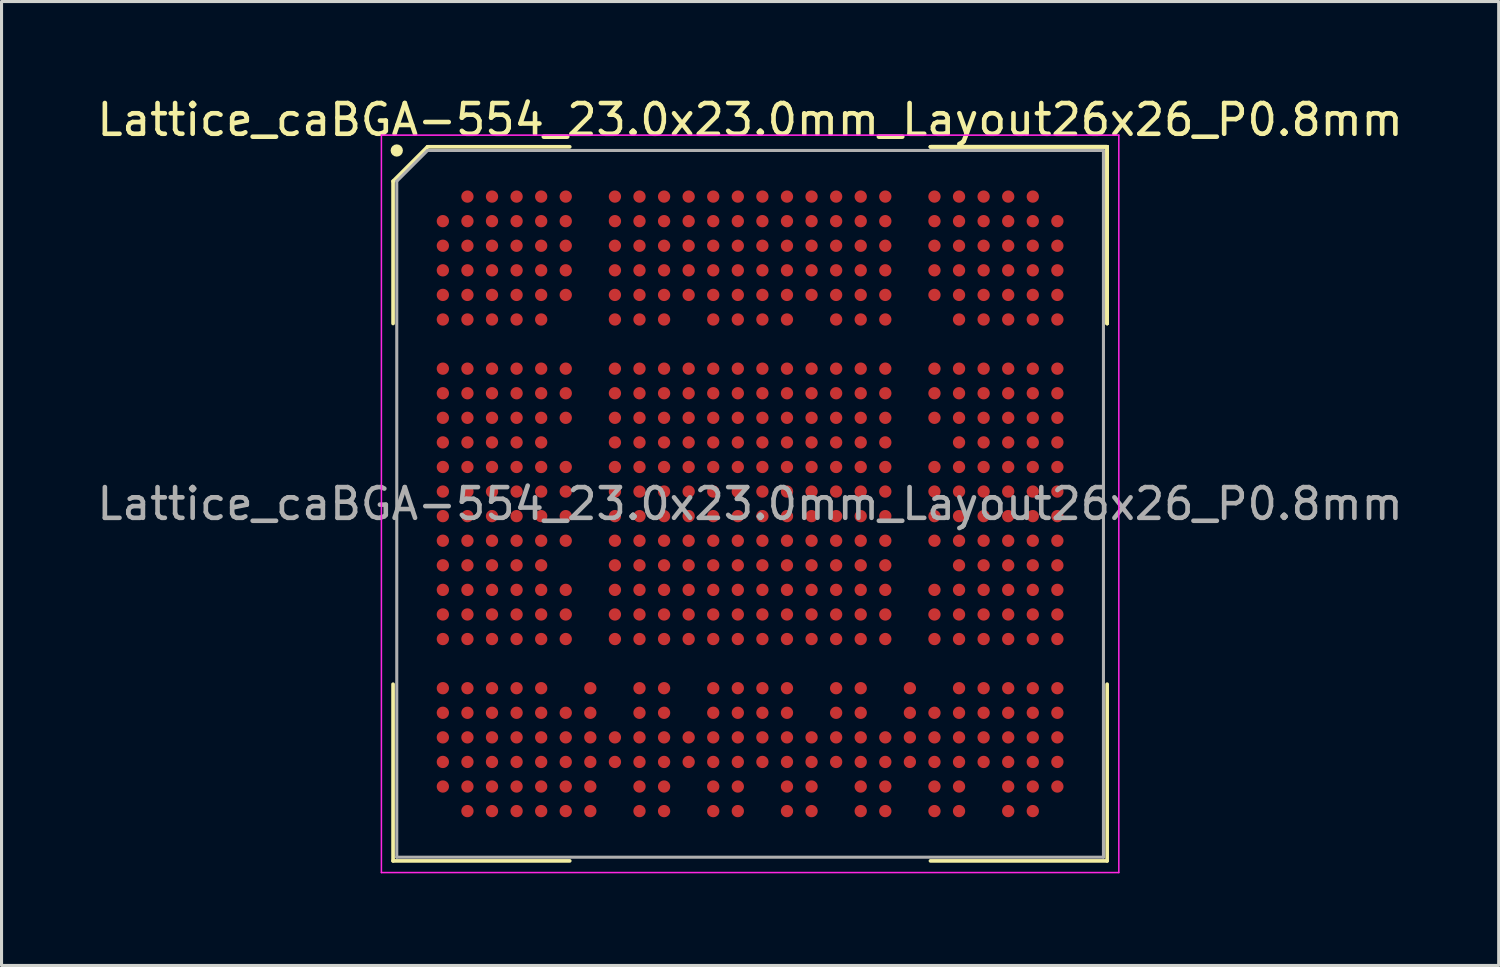
<source format=kicad_pcb>
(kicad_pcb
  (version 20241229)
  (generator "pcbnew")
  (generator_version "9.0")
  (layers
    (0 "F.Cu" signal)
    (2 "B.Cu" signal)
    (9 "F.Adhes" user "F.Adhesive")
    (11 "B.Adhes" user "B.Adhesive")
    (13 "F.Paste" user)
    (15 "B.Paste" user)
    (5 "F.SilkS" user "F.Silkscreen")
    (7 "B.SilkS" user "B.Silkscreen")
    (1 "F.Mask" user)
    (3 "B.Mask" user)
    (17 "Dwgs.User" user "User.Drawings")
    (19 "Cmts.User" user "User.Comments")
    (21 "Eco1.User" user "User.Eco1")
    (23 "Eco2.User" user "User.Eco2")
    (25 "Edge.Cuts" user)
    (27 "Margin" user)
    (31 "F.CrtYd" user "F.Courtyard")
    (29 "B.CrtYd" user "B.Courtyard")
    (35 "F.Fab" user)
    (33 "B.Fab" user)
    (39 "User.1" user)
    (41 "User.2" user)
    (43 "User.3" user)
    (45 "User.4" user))
  (footprint "Lattice_caBGA-554_23.0x23.0mm_Layout26x26_P0.8mm"
    (layer "F.Cu")
    (at 21.363 13.348)
    (property "Reference" "Lattice_caBGA-554_23.0x23.0mm_Layout26x26_P0.8mm" (at 0 -12.5 0) (layer "F.SilkS") (effects (font (size 1 1) (thickness 0.15))))
    (attr smd)
    (fp_line (start -11.62 -10.5) (end -11.62 -5.87) (stroke (width 0.12) (type default)) (layer "F.SilkS"))
    (fp_line (start -11.62 11.62) (end -11.62 5.87) (stroke (width 0.12) (type default)) (layer "F.SilkS"))
    (fp_line (start -10.5 -11.62) (end -11.62 -10.5) (stroke (width 0.12) (type default)) (layer "F.SilkS"))
    (fp_line (start -5.87 -11.62) (end -10.5 -11.62) (stroke (width 0.12) (type default)) (layer "F.SilkS"))
    (fp_line (start -5.87 11.62) (end -11.62 11.62) (stroke (width 0.12) (type default)) (layer "F.SilkS"))
    (fp_line (start 5.87 -11.62) (end 11.62 -11.62) (stroke (width 0.12) (type default)) (layer "F.SilkS"))
    (fp_line (start 5.87 -11.62) (end 11.62 -11.62) (stroke (width 0.12) (type default)) (layer "F.SilkS"))
    (fp_line (start 5.87 -11.62) (end 11.62 -11.62) (stroke (width 0.12) (type default)) (layer "F.SilkS"))
    (fp_line (start 5.87 11.62) (end 11.62 11.62) (stroke (width 0.12) (type default)) (layer "F.SilkS"))
    (fp_line (start 11.62 -11.62) (end 11.62 -5.87) (stroke (width 0.12) (type default)) (layer "F.SilkS"))
    (fp_line (start 11.62 -11.62) (end 11.62 -5.87) (stroke (width 0.12) (type default)) (layer "F.SilkS"))
    (fp_line (start 11.62 -11.62) (end 11.62 -5.87) (stroke (width 0.12) (type default)) (layer "F.SilkS"))
    (fp_line (start 11.62 11.62) (end 11.62 5.87) (stroke (width 0.12) (type default)) (layer "F.SilkS"))
    (fp_circle (center -11.5 -11.5) (end -11.5 -11.4) (stroke (width 0.2) (type default)) (fill no) (layer "F.SilkS"))
    (fp_line (start -12 -12) (end 12 -12) (stroke (width 0.05) (type default)) (layer "F.CrtYd"))
    (fp_line (start -12 12) (end -12 -12) (stroke (width 0.05) (type default)) (layer "F.CrtYd"))
    (fp_line (start 12 -12) (end 12 12) (stroke (width 0.05) (type default)) (layer "F.CrtYd"))
    (fp_line (start 12 12) (end -12 12) (stroke (width 0.05) (type default)) (layer "F.CrtYd"))
    (fp_line (start -11.5 -10.5) (end -11.5 11.5) (stroke (width 0.1) (type default)) (layer "F.Fab"))
    (fp_line (start -11.5 11.5) (end 11.5 11.5) (stroke (width 0.1) (type default)) (layer "F.Fab"))
    (fp_line (start -10.5 -11.5) (end -11.5 -10.5) (stroke (width 0.1) (type default)) (layer "F.Fab"))
    (fp_line (start 11.5 -11.5) (end -10.5 -11.5) (stroke (width 0.1) (type default)) (layer "F.Fab"))
    (fp_line (start 11.5 11.5) (end 11.5 -11.5) (stroke (width 0.1) (type default)) (layer "F.Fab"))
    (fp_text user "${REFERENCE}" (at 0 0 0) (layer "F.Fab") (effects (font (size 1 1) (thickness 0.15))))
    (pad "A2" smd circle (at -9.2 -10) (size 0.4 0.4) (layers "F.Cu" "F.Mask" "F.Paste"))
    (pad "A3" smd circle (at -8.4 -10) (size 0.4 0.4) (layers "F.Cu" "F.Mask" "F.Paste"))
    (pad "A4" smd circle (at -7.6 -10) (size 0.4 0.4) (layers "F.Cu" "F.Mask" "F.Paste"))
    (pad "A5" smd circle (at -6.8 -10) (size 0.4 0.4) (layers "F.Cu" "F.Mask" "F.Paste"))
    (pad "A6" smd circle (at -6 -10) (size 0.4 0.4) (layers "F.Cu" "F.Mask" "F.Paste"))
    (pad "A8" smd circle (at -4.4 -10) (size 0.4 0.4) (layers "F.Cu" "F.Mask" "F.Paste"))
    (pad "A9" smd circle (at -3.6 -10) (size 0.4 0.4) (layers "F.Cu" "F.Mask" "F.Paste"))
    (pad "A10" smd circle (at -2.8 -10) (size 0.4 0.4) (layers "F.Cu" "F.Mask" "F.Paste"))
    (pad "A11" smd circle (at -2 -10) (size 0.4 0.4) (layers "F.Cu" "F.Mask" "F.Paste"))
    (pad "A12" smd circle (at -1.2 -10) (size 0.4 0.4) (layers "F.Cu" "F.Mask" "F.Paste"))
    (pad "A13" smd circle (at -0.4 -10) (size 0.4 0.4) (layers "F.Cu" "F.Mask" "F.Paste"))
    (pad "A14" smd circle (at 0.4 -10) (size 0.4 0.4) (layers "F.Cu" "F.Mask" "F.Paste"))
    (pad "A15" smd circle (at 1.2 -10) (size 0.4 0.4) (layers "F.Cu" "F.Mask" "F.Paste"))
    (pad "A16" smd circle (at 2 -10) (size 0.4 0.4) (layers "F.Cu" "F.Mask" "F.Paste"))
    (pad "A17" smd circle (at 2.8 -10) (size 0.4 0.4) (layers "F.Cu" "F.Mask" "F.Paste"))
    (pad "A18" smd circle (at 3.6 -10) (size 0.4 0.4) (layers "F.Cu" "F.Mask" "F.Paste"))
    (pad "A19" smd circle (at 4.4 -10) (size 0.4 0.4) (layers "F.Cu" "F.Mask" "F.Paste"))
    (pad "A21" smd circle (at 6 -10) (size 0.4 0.4) (layers "F.Cu" "F.Mask" "F.Paste"))
    (pad "A22" smd circle (at 6.8 -10) (size 0.4 0.4) (layers "F.Cu" "F.Mask" "F.Paste"))
    (pad "A23" smd circle (at 7.6 -10) (size 0.4 0.4) (layers "F.Cu" "F.Mask" "F.Paste"))
    (pad "A24" smd circle (at 8.4 -10) (size 0.4 0.4) (layers "F.Cu" "F.Mask" "F.Paste"))
    (pad "A25" smd circle (at 9.2 -10) (size 0.4 0.4) (layers "F.Cu" "F.Mask" "F.Paste"))
    (pad "AA1" smd circle (at -10 6) (size 0.4 0.4) (layers "F.Cu" "F.Mask" "F.Paste"))
    (pad "AA2" smd circle (at -9.2 6) (size 0.4 0.4) (layers "F.Cu" "F.Mask" "F.Paste"))
    (pad "AA3" smd circle (at -8.4 6) (size 0.4 0.4) (layers "F.Cu" "F.Mask" "F.Paste"))
    (pad "AA4" smd circle (at -7.6 6) (size 0.4 0.4) (layers "F.Cu" "F.Mask" "F.Paste"))
    (pad "AA5" smd circle (at -6.8 6) (size 0.4 0.4) (layers "F.Cu" "F.Mask" "F.Paste"))
    (pad "AA7" smd circle (at -5.2 6) (size 0.4 0.4) (layers "F.Cu" "F.Mask" "F.Paste"))
    (pad "AA9" smd circle (at -3.6 6) (size 0.4 0.4) (layers "F.Cu" "F.Mask" "F.Paste"))
    (pad "AA10" smd circle (at -2.8 6) (size 0.4 0.4) (layers "F.Cu" "F.Mask" "F.Paste"))
    (pad "AA12" smd circle (at -1.2 6) (size 0.4 0.4) (layers "F.Cu" "F.Mask" "F.Paste"))
    (pad "AA13" smd circle (at -0.4 6) (size 0.4 0.4) (layers "F.Cu" "F.Mask" "F.Paste"))
    (pad "AA14" smd circle (at 0.4 6) (size 0.4 0.4) (layers "F.Cu" "F.Mask" "F.Paste"))
    (pad "AA15" smd circle (at 1.2 6) (size 0.4 0.4) (layers "F.Cu" "F.Mask" "F.Paste"))
    (pad "AA17" smd circle (at 2.8 6) (size 0.4 0.4) (layers "F.Cu" "F.Mask" "F.Paste"))
    (pad "AA18" smd circle (at 3.6 6) (size 0.4 0.4) (layers "F.Cu" "F.Mask" "F.Paste"))
    (pad "AA20" smd circle (at 5.2 6) (size 0.4 0.4) (layers "F.Cu" "F.Mask" "F.Paste"))
    (pad "AA22" smd circle (at 6.8 6) (size 0.4 0.4) (layers "F.Cu" "F.Mask" "F.Paste"))
    (pad "AA23" smd circle (at 7.6 6) (size 0.4 0.4) (layers "F.Cu" "F.Mask" "F.Paste"))
    (pad "AA24" smd circle (at 8.4 6) (size 0.4 0.4) (layers "F.Cu" "F.Mask" "F.Paste"))
    (pad "AA25" smd circle (at 9.2 6) (size 0.4 0.4) (layers "F.Cu" "F.Mask" "F.Paste"))
    (pad "AA26" smd circle (at 10 6) (size 0.4 0.4) (layers "F.Cu" "F.Mask" "F.Paste"))
    (pad "AB1" smd circle (at -10 6.8) (size 0.4 0.4) (layers "F.Cu" "F.Mask" "F.Paste"))
    (pad "AB2" smd circle (at -9.2 6.8) (size 0.4 0.4) (layers "F.Cu" "F.Mask" "F.Paste"))
    (pad "AB3" smd circle (at -8.4 6.8) (size 0.4 0.4) (layers "F.Cu" "F.Mask" "F.Paste"))
    (pad "AB4" smd circle (at -7.6 6.8) (size 0.4 0.4) (layers "F.Cu" "F.Mask" "F.Paste"))
    (pad "AB5" smd circle (at -6.8 6.8) (size 0.4 0.4) (layers "F.Cu" "F.Mask" "F.Paste"))
    (pad "AB6" smd circle (at -6 6.8) (size 0.4 0.4) (layers "F.Cu" "F.Mask" "F.Paste"))
    (pad "AB7" smd circle (at -5.2 6.8) (size 0.4 0.4) (layers "F.Cu" "F.Mask" "F.Paste"))
    (pad "AB9" smd circle (at -3.6 6.8) (size 0.4 0.4) (layers "F.Cu" "F.Mask" "F.Paste"))
    (pad "AB10" smd circle (at -2.8 6.8) (size 0.4 0.4) (layers "F.Cu" "F.Mask" "F.Paste"))
    (pad "AB12" smd circle (at -1.2 6.8) (size 0.4 0.4) (layers "F.Cu" "F.Mask" "F.Paste"))
    (pad "AB13" smd circle (at -0.4 6.8) (size 0.4 0.4) (layers "F.Cu" "F.Mask" "F.Paste"))
    (pad "AB14" smd circle (at 0.4 6.8) (size 0.4 0.4) (layers "F.Cu" "F.Mask" "F.Paste"))
    (pad "AB15" smd circle (at 1.2 6.8) (size 0.4 0.4) (layers "F.Cu" "F.Mask" "F.Paste"))
    (pad "AB17" smd circle (at 2.8 6.8) (size 0.4 0.4) (layers "F.Cu" "F.Mask" "F.Paste"))
    (pad "AB18" smd circle (at 3.6 6.8) (size 0.4 0.4) (layers "F.Cu" "F.Mask" "F.Paste"))
    (pad "AB20" smd circle (at 5.2 6.8) (size 0.4 0.4) (layers "F.Cu" "F.Mask" "F.Paste"))
    (pad "AB21" smd circle (at 6 6.8) (size 0.4 0.4) (layers "F.Cu" "F.Mask" "F.Paste"))
    (pad "AB22" smd circle (at 6.8 6.8) (size 0.4 0.4) (layers "F.Cu" "F.Mask" "F.Paste"))
    (pad "AB23" smd circle (at 7.6 6.8) (size 0.4 0.4) (layers "F.Cu" "F.Mask" "F.Paste"))
    (pad "AB24" smd circle (at 8.4 6.8) (size 0.4 0.4) (layers "F.Cu" "F.Mask" "F.Paste"))
    (pad "AB25" smd circle (at 9.2 6.8) (size 0.4 0.4) (layers "F.Cu" "F.Mask" "F.Paste"))
    (pad "AB26" smd circle (at 10 6.8) (size 0.4 0.4) (layers "F.Cu" "F.Mask" "F.Paste"))
    (pad "AC1" smd circle (at -10 7.6) (size 0.4 0.4) (layers "F.Cu" "F.Mask" "F.Paste"))
    (pad "AC2" smd circle (at -9.2 7.6) (size 0.4 0.4) (layers "F.Cu" "F.Mask" "F.Paste"))
    (pad "AC3" smd circle (at -8.4 7.6) (size 0.4 0.4) (layers "F.Cu" "F.Mask" "F.Paste"))
    (pad "AC4" smd circle (at -7.6 7.6) (size 0.4 0.4) (layers "F.Cu" "F.Mask" "F.Paste"))
    (pad "AC5" smd circle (at -6.8 7.6) (size 0.4 0.4) (layers "F.Cu" "F.Mask" "F.Paste"))
    (pad "AC6" smd circle (at -6 7.6) (size 0.4 0.4) (layers "F.Cu" "F.Mask" "F.Paste"))
    (pad "AC7" smd circle (at -5.2 7.6) (size 0.4 0.4) (layers "F.Cu" "F.Mask" "F.Paste"))
    (pad "AC8" smd circle (at -4.4 7.6) (size 0.4 0.4) (layers "F.Cu" "F.Mask" "F.Paste"))
    (pad "AC9" smd circle (at -3.6 7.6) (size 0.4 0.4) (layers "F.Cu" "F.Mask" "F.Paste"))
    (pad "AC10" smd circle (at -2.8 7.6) (size 0.4 0.4) (layers "F.Cu" "F.Mask" "F.Paste"))
    (pad "AC11" smd circle (at -2 7.6) (size 0.4 0.4) (layers "F.Cu" "F.Mask" "F.Paste"))
    (pad "AC12" smd circle (at -1.2 7.6) (size 0.4 0.4) (layers "F.Cu" "F.Mask" "F.Paste"))
    (pad "AC13" smd circle (at -0.4 7.6) (size 0.4 0.4) (layers "F.Cu" "F.Mask" "F.Paste"))
    (pad "AC14" smd circle (at 0.4 7.6) (size 0.4 0.4) (layers "F.Cu" "F.Mask" "F.Paste"))
    (pad "AC15" smd circle (at 1.2 7.6) (size 0.4 0.4) (layers "F.Cu" "F.Mask" "F.Paste"))
    (pad "AC16" smd circle (at 2 7.6) (size 0.4 0.4) (layers "F.Cu" "F.Mask" "F.Paste"))
    (pad "AC17" smd circle (at 2.8 7.6) (size 0.4 0.4) (layers "F.Cu" "F.Mask" "F.Paste"))
    (pad "AC18" smd circle (at 3.6 7.6) (size 0.4 0.4) (layers "F.Cu" "F.Mask" "F.Paste"))
    (pad "AC19" smd circle (at 4.4 7.6) (size 0.4 0.4) (layers "F.Cu" "F.Mask" "F.Paste"))
    (pad "AC20" smd circle (at 5.2 7.6) (size 0.4 0.4) (layers "F.Cu" "F.Mask" "F.Paste"))
    (pad "AC21" smd circle (at 6 7.6) (size 0.4 0.4) (layers "F.Cu" "F.Mask" "F.Paste"))
    (pad "AC22" smd circle (at 6.8 7.6) (size 0.4 0.4) (layers "F.Cu" "F.Mask" "F.Paste"))
    (pad "AC23" smd circle (at 7.6 7.6) (size 0.4 0.4) (layers "F.Cu" "F.Mask" "F.Paste"))
    (pad "AC24" smd circle (at 8.4 7.6) (size 0.4 0.4) (layers "F.Cu" "F.Mask" "F.Paste"))
    (pad "AC25" smd circle (at 9.2 7.6) (size 0.4 0.4) (layers "F.Cu" "F.Mask" "F.Paste"))
    (pad "AC26" smd circle (at 10 7.6) (size 0.4 0.4) (layers "F.Cu" "F.Mask" "F.Paste"))
    (pad "AD1" smd circle (at -10 8.4) (size 0.4 0.4) (layers "F.Cu" "F.Mask" "F.Paste"))
    (pad "AD2" smd circle (at -9.2 8.4) (size 0.4 0.4) (layers "F.Cu" "F.Mask" "F.Paste"))
    (pad "AD3" smd circle (at -8.4 8.4) (size 0.4 0.4) (layers "F.Cu" "F.Mask" "F.Paste"))
    (pad "AD4" smd circle (at -7.6 8.4) (size 0.4 0.4) (layers "F.Cu" "F.Mask" "F.Paste"))
    (pad "AD5" smd circle (at -6.8 8.4) (size 0.4 0.4) (layers "F.Cu" "F.Mask" "F.Paste"))
    (pad "AD6" smd circle (at -6 8.4) (size 0.4 0.4) (layers "F.Cu" "F.Mask" "F.Paste"))
    (pad "AD7" smd circle (at -5.2 8.4) (size 0.4 0.4) (layers "F.Cu" "F.Mask" "F.Paste"))
    (pad "AD8" smd circle (at -4.4 8.4) (size 0.4 0.4) (layers "F.Cu" "F.Mask" "F.Paste"))
    (pad "AD9" smd circle (at -3.6 8.4) (size 0.4 0.4) (layers "F.Cu" "F.Mask" "F.Paste"))
    (pad "AD10" smd circle (at -2.8 8.4) (size 0.4 0.4) (layers "F.Cu" "F.Mask" "F.Paste"))
    (pad "AD11" smd circle (at -2 8.4) (size 0.4 0.4) (layers "F.Cu" "F.Mask" "F.Paste"))
    (pad "AD12" smd circle (at -1.2 8.4) (size 0.4 0.4) (layers "F.Cu" "F.Mask" "F.Paste"))
    (pad "AD13" smd circle (at -0.4 8.4) (size 0.4 0.4) (layers "F.Cu" "F.Mask" "F.Paste"))
    (pad "AD14" smd circle (at 0.4 8.4) (size 0.4 0.4) (layers "F.Cu" "F.Mask" "F.Paste"))
    (pad "AD15" smd circle (at 1.2 8.4) (size 0.4 0.4) (layers "F.Cu" "F.Mask" "F.Paste"))
    (pad "AD16" smd circle (at 2 8.4) (size 0.4 0.4) (layers "F.Cu" "F.Mask" "F.Paste"))
    (pad "AD17" smd circle (at 2.8 8.4) (size 0.4 0.4) (layers "F.Cu" "F.Mask" "F.Paste"))
    (pad "AD18" smd circle (at 3.6 8.4) (size 0.4 0.4) (layers "F.Cu" "F.Mask" "F.Paste"))
    (pad "AD19" smd circle (at 4.4 8.4) (size 0.4 0.4) (layers "F.Cu" "F.Mask" "F.Paste"))
    (pad "AD20" smd circle (at 5.2 8.4) (size 0.4 0.4) (layers "F.Cu" "F.Mask" "F.Paste"))
    (pad "AD21" smd circle (at 6 8.4) (size 0.4 0.4) (layers "F.Cu" "F.Mask" "F.Paste"))
    (pad "AD22" smd circle (at 6.8 8.4) (size 0.4 0.4) (layers "F.Cu" "F.Mask" "F.Paste"))
    (pad "AD23" smd circle (at 7.6 8.4) (size 0.4 0.4) (layers "F.Cu" "F.Mask" "F.Paste"))
    (pad "AD24" smd circle (at 8.4 8.4) (size 0.4 0.4) (layers "F.Cu" "F.Mask" "F.Paste"))
    (pad "AD25" smd circle (at 9.2 8.4) (size 0.4 0.4) (layers "F.Cu" "F.Mask" "F.Paste"))
    (pad "AD26" smd circle (at 10 8.4) (size 0.4 0.4) (layers "F.Cu" "F.Mask" "F.Paste"))
    (pad "AE1" smd circle (at -10 9.2) (size 0.4 0.4) (layers "F.Cu" "F.Mask" "F.Paste"))
    (pad "AE2" smd circle (at -9.2 9.2) (size 0.4 0.4) (layers "F.Cu" "F.Mask" "F.Paste"))
    (pad "AE3" smd circle (at -8.4 9.2) (size 0.4 0.4) (layers "F.Cu" "F.Mask" "F.Paste"))
    (pad "AE4" smd circle (at -7.6 9.2) (size 0.4 0.4) (layers "F.Cu" "F.Mask" "F.Paste"))
    (pad "AE5" smd circle (at -6.8 9.2) (size 0.4 0.4) (layers "F.Cu" "F.Mask" "F.Paste"))
    (pad "AE6" smd circle (at -6 9.2) (size 0.4 0.4) (layers "F.Cu" "F.Mask" "F.Paste"))
    (pad "AE7" smd circle (at -5.2 9.2) (size 0.4 0.4) (layers "F.Cu" "F.Mask" "F.Paste"))
    (pad "AE9" smd circle (at -3.6 9.2) (size 0.4 0.4) (layers "F.Cu" "F.Mask" "F.Paste"))
    (pad "AE10" smd circle (at -2.8 9.2) (size 0.4 0.4) (layers "F.Cu" "F.Mask" "F.Paste"))
    (pad "AE12" smd circle (at -1.2 9.2) (size 0.4 0.4) (layers "F.Cu" "F.Mask" "F.Paste"))
    (pad "AE13" smd circle (at -0.4 9.2) (size 0.4 0.4) (layers "F.Cu" "F.Mask" "F.Paste"))
    (pad "AE15" smd circle (at 1.2 9.2) (size 0.4 0.4) (layers "F.Cu" "F.Mask" "F.Paste"))
    (pad "AE16" smd circle (at 2 9.2) (size 0.4 0.4) (layers "F.Cu" "F.Mask" "F.Paste"))
    (pad "AE18" smd circle (at 3.6 9.2) (size 0.4 0.4) (layers "F.Cu" "F.Mask" "F.Paste"))
    (pad "AE19" smd circle (at 4.4 9.2) (size 0.4 0.4) (layers "F.Cu" "F.Mask" "F.Paste"))
    (pad "AE21" smd circle (at 6 9.2) (size 0.4 0.4) (layers "F.Cu" "F.Mask" "F.Paste"))
    (pad "AE22" smd circle (at 6.8 9.2) (size 0.4 0.4) (layers "F.Cu" "F.Mask" "F.Paste"))
    (pad "AE24" smd circle (at 8.4 9.2) (size 0.4 0.4) (layers "F.Cu" "F.Mask" "F.Paste"))
    (pad "AE25" smd circle (at 9.2 9.2) (size 0.4 0.4) (layers "F.Cu" "F.Mask" "F.Paste"))
    (pad "AE26" smd circle (at 10 9.2) (size 0.4 0.4) (layers "F.Cu" "F.Mask" "F.Paste"))
    (pad "AF2" smd circle (at -9.2 10) (size 0.4 0.4) (layers "F.Cu" "F.Mask" "F.Paste"))
    (pad "AF3" smd circle (at -8.4 10) (size 0.4 0.4) (layers "F.Cu" "F.Mask" "F.Paste"))
    (pad "AF4" smd circle (at -7.6 10) (size 0.4 0.4) (layers "F.Cu" "F.Mask" "F.Paste"))
    (pad "AF5" smd circle (at -6.8 10) (size 0.4 0.4) (layers "F.Cu" "F.Mask" "F.Paste"))
    (pad "AF6" smd circle (at -6 10) (size 0.4 0.4) (layers "F.Cu" "F.Mask" "F.Paste"))
    (pad "AF7" smd circle (at -5.2 10) (size 0.4 0.4) (layers "F.Cu" "F.Mask" "F.Paste"))
    (pad "AF9" smd circle (at -3.6 10) (size 0.4 0.4) (layers "F.Cu" "F.Mask" "F.Paste"))
    (pad "AF10" smd circle (at -2.8 10) (size 0.4 0.4) (layers "F.Cu" "F.Mask" "F.Paste"))
    (pad "AF12" smd circle (at -1.2 10) (size 0.4 0.4) (layers "F.Cu" "F.Mask" "F.Paste"))
    (pad "AF13" smd circle (at -0.4 10) (size 0.4 0.4) (layers "F.Cu" "F.Mask" "F.Paste"))
    (pad "AF15" smd circle (at 1.2 10) (size 0.4 0.4) (layers "F.Cu" "F.Mask" "F.Paste"))
    (pad "AF16" smd circle (at 2 10) (size 0.4 0.4) (layers "F.Cu" "F.Mask" "F.Paste"))
    (pad "AF18" smd circle (at 3.6 10) (size 0.4 0.4) (layers "F.Cu" "F.Mask" "F.Paste"))
    (pad "AF19" smd circle (at 4.4 10) (size 0.4 0.4) (layers "F.Cu" "F.Mask" "F.Paste"))
    (pad "AF21" smd circle (at 6 10) (size 0.4 0.4) (layers "F.Cu" "F.Mask" "F.Paste"))
    (pad "AF22" smd circle (at 6.8 10) (size 0.4 0.4) (layers "F.Cu" "F.Mask" "F.Paste"))
    (pad "AF24" smd circle (at 8.4 10) (size 0.4 0.4) (layers "F.Cu" "F.Mask" "F.Paste"))
    (pad "AF25" smd circle (at 9.2 10) (size 0.4 0.4) (layers "F.Cu" "F.Mask" "F.Paste"))
    (pad "B1" smd circle (at -10 -9.2) (size 0.4 0.4) (layers "F.Cu" "F.Mask" "F.Paste"))
    (pad "B2" smd circle (at -9.2 -9.2) (size 0.4 0.4) (layers "F.Cu" "F.Mask" "F.Paste"))
    (pad "B3" smd circle (at -8.4 -9.2) (size 0.4 0.4) (layers "F.Cu" "F.Mask" "F.Paste"))
    (pad "B4" smd circle (at -7.6 -9.2) (size 0.4 0.4) (layers "F.Cu" "F.Mask" "F.Paste"))
    (pad "B5" smd circle (at -6.8 -9.2) (size 0.4 0.4) (layers "F.Cu" "F.Mask" "F.Paste"))
    (pad "B6" smd circle (at -6 -9.2) (size 0.4 0.4) (layers "F.Cu" "F.Mask" "F.Paste"))
    (pad "B8" smd circle (at -4.4 -9.2) (size 0.4 0.4) (layers "F.Cu" "F.Mask" "F.Paste"))
    (pad "B9" smd circle (at -3.6 -9.2) (size 0.4 0.4) (layers "F.Cu" "F.Mask" "F.Paste"))
    (pad "B10" smd circle (at -2.8 -9.2) (size 0.4 0.4) (layers "F.Cu" "F.Mask" "F.Paste"))
    (pad "B11" smd circle (at -2 -9.2) (size 0.4 0.4) (layers "F.Cu" "F.Mask" "F.Paste"))
    (pad "B12" smd circle (at -1.2 -9.2) (size 0.4 0.4) (layers "F.Cu" "F.Mask" "F.Paste"))
    (pad "B13" smd circle (at -0.4 -9.2) (size 0.4 0.4) (layers "F.Cu" "F.Mask" "F.Paste"))
    (pad "B14" smd circle (at 0.4 -9.2) (size 0.4 0.4) (layers "F.Cu" "F.Mask" "F.Paste"))
    (pad "B15" smd circle (at 1.2 -9.2) (size 0.4 0.4) (layers "F.Cu" "F.Mask" "F.Paste"))
    (pad "B16" smd circle (at 2 -9.2) (size 0.4 0.4) (layers "F.Cu" "F.Mask" "F.Paste"))
    (pad "B17" smd circle (at 2.8 -9.2) (size 0.4 0.4) (layers "F.Cu" "F.Mask" "F.Paste"))
    (pad "B18" smd circle (at 3.6 -9.2) (size 0.4 0.4) (layers "F.Cu" "F.Mask" "F.Paste"))
    (pad "B19" smd circle (at 4.4 -9.2) (size 0.4 0.4) (layers "F.Cu" "F.Mask" "F.Paste"))
    (pad "B21" smd circle (at 6 -9.2) (size 0.4 0.4) (layers "F.Cu" "F.Mask" "F.Paste"))
    (pad "B22" smd circle (at 6.8 -9.2) (size 0.4 0.4) (layers "F.Cu" "F.Mask" "F.Paste"))
    (pad "B23" smd circle (at 7.6 -9.2) (size 0.4 0.4) (layers "F.Cu" "F.Mask" "F.Paste"))
    (pad "B24" smd circle (at 8.4 -9.2) (size 0.4 0.4) (layers "F.Cu" "F.Mask" "F.Paste"))
    (pad "B25" smd circle (at 9.2 -9.2) (size 0.4 0.4) (layers "F.Cu" "F.Mask" "F.Paste"))
    (pad "B26" smd circle (at 10 -9.2) (size 0.4 0.4) (layers "F.Cu" "F.Mask" "F.Paste"))
    (pad "C1" smd circle (at -10 -8.4) (size 0.4 0.4) (layers "F.Cu" "F.Mask" "F.Paste"))
    (pad "C2" smd circle (at -9.2 -8.4) (size 0.4 0.4) (layers "F.Cu" "F.Mask" "F.Paste"))
    (pad "C3" smd circle (at -8.4 -8.4) (size 0.4 0.4) (layers "F.Cu" "F.Mask" "F.Paste"))
    (pad "C4" smd circle (at -7.6 -8.4) (size 0.4 0.4) (layers "F.Cu" "F.Mask" "F.Paste"))
    (pad "C5" smd circle (at -6.8 -8.4) (size 0.4 0.4) (layers "F.Cu" "F.Mask" "F.Paste"))
    (pad "C6" smd circle (at -6 -8.4) (size 0.4 0.4) (layers "F.Cu" "F.Mask" "F.Paste"))
    (pad "C8" smd circle (at -4.4 -8.4) (size 0.4 0.4) (layers "F.Cu" "F.Mask" "F.Paste"))
    (pad "C9" smd circle (at -3.6 -8.4) (size 0.4 0.4) (layers "F.Cu" "F.Mask" "F.Paste"))
    (pad "C10" smd circle (at -2.8 -8.4) (size 0.4 0.4) (layers "F.Cu" "F.Mask" "F.Paste"))
    (pad "C11" smd circle (at -2 -8.4) (size 0.4 0.4) (layers "F.Cu" "F.Mask" "F.Paste"))
    (pad "C12" smd circle (at -1.2 -8.4) (size 0.4 0.4) (layers "F.Cu" "F.Mask" "F.Paste"))
    (pad "C13" smd circle (at -0.4 -8.4) (size 0.4 0.4) (layers "F.Cu" "F.Mask" "F.Paste"))
    (pad "C14" smd circle (at 0.4 -8.4) (size 0.4 0.4) (layers "F.Cu" "F.Mask" "F.Paste"))
    (pad "C15" smd circle (at 1.2 -8.4) (size 0.4 0.4) (layers "F.Cu" "F.Mask" "F.Paste"))
    (pad "C16" smd circle (at 2 -8.4) (size 0.4 0.4) (layers "F.Cu" "F.Mask" "F.Paste"))
    (pad "C17" smd circle (at 2.8 -8.4) (size 0.4 0.4) (layers "F.Cu" "F.Mask" "F.Paste"))
    (pad "C18" smd circle (at 3.6 -8.4) (size 0.4 0.4) (layers "F.Cu" "F.Mask" "F.Paste"))
    (pad "C19" smd circle (at 4.4 -8.4) (size 0.4 0.4) (layers "F.Cu" "F.Mask" "F.Paste"))
    (pad "C21" smd circle (at 6 -8.4) (size 0.4 0.4) (layers "F.Cu" "F.Mask" "F.Paste"))
    (pad "C22" smd circle (at 6.8 -8.4) (size 0.4 0.4) (layers "F.Cu" "F.Mask" "F.Paste"))
    (pad "C23" smd circle (at 7.6 -8.4) (size 0.4 0.4) (layers "F.Cu" "F.Mask" "F.Paste"))
    (pad "C24" smd circle (at 8.4 -8.4) (size 0.4 0.4) (layers "F.Cu" "F.Mask" "F.Paste"))
    (pad "C25" smd circle (at 9.2 -8.4) (size 0.4 0.4) (layers "F.Cu" "F.Mask" "F.Paste"))
    (pad "C26" smd circle (at 10 -8.4) (size 0.4 0.4) (layers "F.Cu" "F.Mask" "F.Paste"))
    (pad "D1" smd circle (at -10 -7.6) (size 0.4 0.4) (layers "F.Cu" "F.Mask" "F.Paste"))
    (pad "D2" smd circle (at -9.2 -7.6) (size 0.4 0.4) (layers "F.Cu" "F.Mask" "F.Paste"))
    (pad "D3" smd circle (at -8.4 -7.6) (size 0.4 0.4) (layers "F.Cu" "F.Mask" "F.Paste"))
    (pad "D4" smd circle (at -7.6 -7.6) (size 0.4 0.4) (layers "F.Cu" "F.Mask" "F.Paste"))
    (pad "D5" smd circle (at -6.8 -7.6) (size 0.4 0.4) (layers "F.Cu" "F.Mask" "F.Paste"))
    (pad "D6" smd circle (at -6 -7.6) (size 0.4 0.4) (layers "F.Cu" "F.Mask" "F.Paste"))
    (pad "D8" smd circle (at -4.4 -7.6) (size 0.4 0.4) (layers "F.Cu" "F.Mask" "F.Paste"))
    (pad "D9" smd circle (at -3.6 -7.6) (size 0.4 0.4) (layers "F.Cu" "F.Mask" "F.Paste"))
    (pad "D10" smd circle (at -2.8 -7.6) (size 0.4 0.4) (layers "F.Cu" "F.Mask" "F.Paste"))
    (pad "D11" smd circle (at -2 -7.6) (size 0.4 0.4) (layers "F.Cu" "F.Mask" "F.Paste"))
    (pad "D12" smd circle (at -1.2 -7.6) (size 0.4 0.4) (layers "F.Cu" "F.Mask" "F.Paste"))
    (pad "D13" smd circle (at -0.4 -7.6) (size 0.4 0.4) (layers "F.Cu" "F.Mask" "F.Paste"))
    (pad "D14" smd circle (at 0.4 -7.6) (size 0.4 0.4) (layers "F.Cu" "F.Mask" "F.Paste"))
    (pad "D15" smd circle (at 1.2 -7.6) (size 0.4 0.4) (layers "F.Cu" "F.Mask" "F.Paste"))
    (pad "D16" smd circle (at 2 -7.6) (size 0.4 0.4) (layers "F.Cu" "F.Mask" "F.Paste"))
    (pad "D17" smd circle (at 2.8 -7.6) (size 0.4 0.4) (layers "F.Cu" "F.Mask" "F.Paste"))
    (pad "D18" smd circle (at 3.6 -7.6) (size 0.4 0.4) (layers "F.Cu" "F.Mask" "F.Paste"))
    (pad "D19" smd circle (at 4.4 -7.6) (size 0.4 0.4) (layers "F.Cu" "F.Mask" "F.Paste"))
    (pad "D21" smd circle (at 6 -7.6) (size 0.4 0.4) (layers "F.Cu" "F.Mask" "F.Paste"))
    (pad "D22" smd circle (at 6.8 -7.6) (size 0.4 0.4) (layers "F.Cu" "F.Mask" "F.Paste"))
    (pad "D23" smd circle (at 7.6 -7.6) (size 0.4 0.4) (layers "F.Cu" "F.Mask" "F.Paste"))
    (pad "D24" smd circle (at 8.4 -7.6) (size 0.4 0.4) (layers "F.Cu" "F.Mask" "F.Paste"))
    (pad "D25" smd circle (at 9.2 -7.6) (size 0.4 0.4) (layers "F.Cu" "F.Mask" "F.Paste"))
    (pad "D26" smd circle (at 10 -7.6) (size 0.4 0.4) (layers "F.Cu" "F.Mask" "F.Paste"))
    (pad "E1" smd circle (at -10 -6.8) (size 0.4 0.4) (layers "F.Cu" "F.Mask" "F.Paste"))
    (pad "E2" smd circle (at -9.2 -6.8) (size 0.4 0.4) (layers "F.Cu" "F.Mask" "F.Paste"))
    (pad "E3" smd circle (at -8.4 -6.8) (size 0.4 0.4) (layers "F.Cu" "F.Mask" "F.Paste"))
    (pad "E4" smd circle (at -7.6 -6.8) (size 0.4 0.4) (layers "F.Cu" "F.Mask" "F.Paste"))
    (pad "E5" smd circle (at -6.8 -6.8) (size 0.4 0.4) (layers "F.Cu" "F.Mask" "F.Paste"))
    (pad "E6" smd circle (at -6 -6.8) (size 0.4 0.4) (layers "F.Cu" "F.Mask" "F.Paste"))
    (pad "E8" smd circle (at -4.4 -6.8) (size 0.4 0.4) (layers "F.Cu" "F.Mask" "F.Paste"))
    (pad "E9" smd circle (at -3.6 -6.8) (size 0.4 0.4) (layers "F.Cu" "F.Mask" "F.Paste"))
    (pad "E10" smd circle (at -2.8 -6.8) (size 0.4 0.4) (layers "F.Cu" "F.Mask" "F.Paste"))
    (pad "E11" smd circle (at -2 -6.8) (size 0.4 0.4) (layers "F.Cu" "F.Mask" "F.Paste"))
    (pad "E12" smd circle (at -1.2 -6.8) (size 0.4 0.4) (layers "F.Cu" "F.Mask" "F.Paste"))
    (pad "E13" smd circle (at -0.4 -6.8) (size 0.4 0.4) (layers "F.Cu" "F.Mask" "F.Paste"))
    (pad "E14" smd circle (at 0.4 -6.8) (size 0.4 0.4) (layers "F.Cu" "F.Mask" "F.Paste"))
    (pad "E15" smd circle (at 1.2 -6.8) (size 0.4 0.4) (layers "F.Cu" "F.Mask" "F.Paste"))
    (pad "E16" smd circle (at 2 -6.8) (size 0.4 0.4) (layers "F.Cu" "F.Mask" "F.Paste"))
    (pad "E17" smd circle (at 2.8 -6.8) (size 0.4 0.4) (layers "F.Cu" "F.Mask" "F.Paste"))
    (pad "E18" smd circle (at 3.6 -6.8) (size 0.4 0.4) (layers "F.Cu" "F.Mask" "F.Paste"))
    (pad "E19" smd circle (at 4.4 -6.8) (size 0.4 0.4) (layers "F.Cu" "F.Mask" "F.Paste"))
    (pad "E21" smd circle (at 6 -6.8) (size 0.4 0.4) (layers "F.Cu" "F.Mask" "F.Paste"))
    (pad "E22" smd circle (at 6.8 -6.8) (size 0.4 0.4) (layers "F.Cu" "F.Mask" "F.Paste"))
    (pad "E23" smd circle (at 7.6 -6.8) (size 0.4 0.4) (layers "F.Cu" "F.Mask" "F.Paste"))
    (pad "E24" smd circle (at 8.4 -6.8) (size 0.4 0.4) (layers "F.Cu" "F.Mask" "F.Paste"))
    (pad "E25" smd circle (at 9.2 -6.8) (size 0.4 0.4) (layers "F.Cu" "F.Mask" "F.Paste"))
    (pad "E26" smd circle (at 10 -6.8) (size 0.4 0.4) (layers "F.Cu" "F.Mask" "F.Paste"))
    (pad "F1" smd circle (at -10 -6) (size 0.4 0.4) (layers "F.Cu" "F.Mask" "F.Paste"))
    (pad "F2" smd circle (at -9.2 -6) (size 0.4 0.4) (layers "F.Cu" "F.Mask" "F.Paste"))
    (pad "F3" smd circle (at -8.4 -6) (size 0.4 0.4) (layers "F.Cu" "F.Mask" "F.Paste"))
    (pad "F4" smd circle (at -7.6 -6) (size 0.4 0.4) (layers "F.Cu" "F.Mask" "F.Paste"))
    (pad "F5" smd circle (at -6.8 -6) (size 0.4 0.4) (layers "F.Cu" "F.Mask" "F.Paste"))
    (pad "F8" smd circle (at -4.4 -6) (size 0.4 0.4) (layers "F.Cu" "F.Mask" "F.Paste"))
    (pad "F9" smd circle (at -3.6 -6) (size 0.4 0.4) (layers "F.Cu" "F.Mask" "F.Paste"))
    (pad "F10" smd circle (at -2.8 -6) (size 0.4 0.4) (layers "F.Cu" "F.Mask" "F.Paste"))
    (pad "F12" smd circle (at -1.2 -6) (size 0.4 0.4) (layers "F.Cu" "F.Mask" "F.Paste"))
    (pad "F13" smd circle (at -0.4 -6) (size 0.4 0.4) (layers "F.Cu" "F.Mask" "F.Paste"))
    (pad "F14" smd circle (at 0.4 -6) (size 0.4 0.4) (layers "F.Cu" "F.Mask" "F.Paste"))
    (pad "F15" smd circle (at 1.2 -6) (size 0.4 0.4) (layers "F.Cu" "F.Mask" "F.Paste"))
    (pad "F17" smd circle (at 2.8 -6) (size 0.4 0.4) (layers "F.Cu" "F.Mask" "F.Paste"))
    (pad "F18" smd circle (at 3.6 -6) (size 0.4 0.4) (layers "F.Cu" "F.Mask" "F.Paste"))
    (pad "F19" smd circle (at 4.4 -6) (size 0.4 0.4) (layers "F.Cu" "F.Mask" "F.Paste"))
    (pad "F22" smd circle (at 6.8 -6) (size 0.4 0.4) (layers "F.Cu" "F.Mask" "F.Paste"))
    (pad "F23" smd circle (at 7.6 -6) (size 0.4 0.4) (layers "F.Cu" "F.Mask" "F.Paste"))
    (pad "F24" smd circle (at 8.4 -6) (size 0.4 0.4) (layers "F.Cu" "F.Mask" "F.Paste"))
    (pad "F25" smd circle (at 9.2 -6) (size 0.4 0.4) (layers "F.Cu" "F.Mask" "F.Paste"))
    (pad "F26" smd circle (at 10 -6) (size 0.4 0.4) (layers "F.Cu" "F.Mask" "F.Paste"))
    (pad "H1" smd circle (at -10 -4.4) (size 0.4 0.4) (layers "F.Cu" "F.Mask" "F.Paste"))
    (pad "H2" smd circle (at -9.2 -4.4) (size 0.4 0.4) (layers "F.Cu" "F.Mask" "F.Paste"))
    (pad "H3" smd circle (at -8.4 -4.4) (size 0.4 0.4) (layers "F.Cu" "F.Mask" "F.Paste"))
    (pad "H4" smd circle (at -7.6 -4.4) (size 0.4 0.4) (layers "F.Cu" "F.Mask" "F.Paste"))
    (pad "H5" smd circle (at -6.8 -4.4) (size 0.4 0.4) (layers "F.Cu" "F.Mask" "F.Paste"))
    (pad "H6" smd circle (at -6 -4.4) (size 0.4 0.4) (layers "F.Cu" "F.Mask" "F.Paste"))
    (pad "H8" smd circle (at -4.4 -4.4) (size 0.4 0.4) (layers "F.Cu" "F.Mask" "F.Paste"))
    (pad "H9" smd circle (at -3.6 -4.4) (size 0.4 0.4) (layers "F.Cu" "F.Mask" "F.Paste"))
    (pad "H10" smd circle (at -2.8 -4.4) (size 0.4 0.4) (layers "F.Cu" "F.Mask" "F.Paste"))
    (pad "H11" smd circle (at -2 -4.4) (size 0.4 0.4) (layers "F.Cu" "F.Mask" "F.Paste"))
    (pad "H12" smd circle (at -1.2 -4.4) (size 0.4 0.4) (layers "F.Cu" "F.Mask" "F.Paste"))
    (pad "H13" smd circle (at -0.4 -4.4) (size 0.4 0.4) (layers "F.Cu" "F.Mask" "F.Paste"))
    (pad "H14" smd circle (at 0.4 -4.4) (size 0.4 0.4) (layers "F.Cu" "F.Mask" "F.Paste"))
    (pad "H15" smd circle (at 1.2 -4.4) (size 0.4 0.4) (layers "F.Cu" "F.Mask" "F.Paste"))
    (pad "H16" smd circle (at 2 -4.4) (size 0.4 0.4) (layers "F.Cu" "F.Mask" "F.Paste"))
    (pad "H17" smd circle (at 2.8 -4.4) (size 0.4 0.4) (layers "F.Cu" "F.Mask" "F.Paste"))
    (pad "H18" smd circle (at 3.6 -4.4) (size 0.4 0.4) (layers "F.Cu" "F.Mask" "F.Paste"))
    (pad "H19" smd circle (at 4.4 -4.4) (size 0.4 0.4) (layers "F.Cu" "F.Mask" "F.Paste"))
    (pad "H21" smd circle (at 6 -4.4) (size 0.4 0.4) (layers "F.Cu" "F.Mask" "F.Paste"))
    (pad "H22" smd circle (at 6.8 -4.4) (size 0.4 0.4) (layers "F.Cu" "F.Mask" "F.Paste"))
    (pad "H23" smd circle (at 7.6 -4.4) (size 0.4 0.4) (layers "F.Cu" "F.Mask" "F.Paste"))
    (pad "H24" smd circle (at 8.4 -4.4) (size 0.4 0.4) (layers "F.Cu" "F.Mask" "F.Paste"))
    (pad "H25" smd circle (at 9.2 -4.4) (size 0.4 0.4) (layers "F.Cu" "F.Mask" "F.Paste"))
    (pad "H26" smd circle (at 10 -4.4) (size 0.4 0.4) (layers "F.Cu" "F.Mask" "F.Paste"))
    (pad "J1" smd circle (at -10 -3.6) (size 0.4 0.4) (layers "F.Cu" "F.Mask" "F.Paste"))
    (pad "J2" smd circle (at -9.2 -3.6) (size 0.4 0.4) (layers "F.Cu" "F.Mask" "F.Paste"))
    (pad "J3" smd circle (at -8.4 -3.6) (size 0.4 0.4) (layers "F.Cu" "F.Mask" "F.Paste"))
    (pad "J4" smd circle (at -7.6 -3.6) (size 0.4 0.4) (layers "F.Cu" "F.Mask" "F.Paste"))
    (pad "J5" smd circle (at -6.8 -3.6) (size 0.4 0.4) (layers "F.Cu" "F.Mask" "F.Paste"))
    (pad "J6" smd circle (at -6 -3.6) (size 0.4 0.4) (layers "F.Cu" "F.Mask" "F.Paste"))
    (pad "J8" smd circle (at -4.4 -3.6) (size 0.4 0.4) (layers "F.Cu" "F.Mask" "F.Paste"))
    (pad "J9" smd circle (at -3.6 -3.6) (size 0.4 0.4) (layers "F.Cu" "F.Mask" "F.Paste"))
    (pad "J10" smd circle (at -2.8 -3.6) (size 0.4 0.4) (layers "F.Cu" "F.Mask" "F.Paste"))
    (pad "J11" smd circle (at -2 -3.6) (size 0.4 0.4) (layers "F.Cu" "F.Mask" "F.Paste"))
    (pad "J12" smd circle (at -1.2 -3.6) (size 0.4 0.4) (layers "F.Cu" "F.Mask" "F.Paste"))
    (pad "J13" smd circle (at -0.4 -3.6) (size 0.4 0.4) (layers "F.Cu" "F.Mask" "F.Paste"))
    (pad "J14" smd circle (at 0.4 -3.6) (size 0.4 0.4) (layers "F.Cu" "F.Mask" "F.Paste"))
    (pad "J15" smd circle (at 1.2 -3.6) (size 0.4 0.4) (layers "F.Cu" "F.Mask" "F.Paste"))
    (pad "J16" smd circle (at 2 -3.6) (size 0.4 0.4) (layers "F.Cu" "F.Mask" "F.Paste"))
    (pad "J17" smd circle (at 2.8 -3.6) (size 0.4 0.4) (layers "F.Cu" "F.Mask" "F.Paste"))
    (pad "J18" smd circle (at 3.6 -3.6) (size 0.4 0.4) (layers "F.Cu" "F.Mask" "F.Paste"))
    (pad "J19" smd circle (at 4.4 -3.6) (size 0.4 0.4) (layers "F.Cu" "F.Mask" "F.Paste"))
    (pad "J21" smd circle (at 6 -3.6) (size 0.4 0.4) (layers "F.Cu" "F.Mask" "F.Paste"))
    (pad "J22" smd circle (at 6.8 -3.6) (size 0.4 0.4) (layers "F.Cu" "F.Mask" "F.Paste"))
    (pad "J23" smd circle (at 7.6 -3.6) (size 0.4 0.4) (layers "F.Cu" "F.Mask" "F.Paste"))
    (pad "J24" smd circle (at 8.4 -3.6) (size 0.4 0.4) (layers "F.Cu" "F.Mask" "F.Paste"))
    (pad "J25" smd circle (at 9.2 -3.6) (size 0.4 0.4) (layers "F.Cu" "F.Mask" "F.Paste"))
    (pad "J26" smd circle (at 10 -3.6) (size 0.4 0.4) (layers "F.Cu" "F.Mask" "F.Paste"))
    (pad "K1" smd circle (at -10 -2.8) (size 0.4 0.4) (layers "F.Cu" "F.Mask" "F.Paste"))
    (pad "K2" smd circle (at -9.2 -2.8) (size 0.4 0.4) (layers "F.Cu" "F.Mask" "F.Paste"))
    (pad "K3" smd circle (at -8.4 -2.8) (size 0.4 0.4) (layers "F.Cu" "F.Mask" "F.Paste"))
    (pad "K4" smd circle (at -7.6 -2.8) (size 0.4 0.4) (layers "F.Cu" "F.Mask" "F.Paste"))
    (pad "K5" smd circle (at -6.8 -2.8) (size 0.4 0.4) (layers "F.Cu" "F.Mask" "F.Paste"))
    (pad "K6" smd circle (at -6 -2.8) (size 0.4 0.4) (layers "F.Cu" "F.Mask" "F.Paste"))
    (pad "K8" smd circle (at -4.4 -2.8) (size 0.4 0.4) (layers "F.Cu" "F.Mask" "F.Paste"))
    (pad "K9" smd circle (at -3.6 -2.8) (size 0.4 0.4) (layers "F.Cu" "F.Mask" "F.Paste"))
    (pad "K10" smd circle (at -2.8 -2.8) (size 0.4 0.4) (layers "F.Cu" "F.Mask" "F.Paste"))
    (pad "K11" smd circle (at -2 -2.8) (size 0.4 0.4) (layers "F.Cu" "F.Mask" "F.Paste"))
    (pad "K12" smd circle (at -1.2 -2.8) (size 0.4 0.4) (layers "F.Cu" "F.Mask" "F.Paste"))
    (pad "K13" smd circle (at -0.4 -2.8) (size 0.4 0.4) (layers "F.Cu" "F.Mask" "F.Paste"))
    (pad "K14" smd circle (at 0.4 -2.8) (size 0.4 0.4) (layers "F.Cu" "F.Mask" "F.Paste"))
    (pad "K15" smd circle (at 1.2 -2.8) (size 0.4 0.4) (layers "F.Cu" "F.Mask" "F.Paste"))
    (pad "K16" smd circle (at 2 -2.8) (size 0.4 0.4) (layers "F.Cu" "F.Mask" "F.Paste"))
    (pad "K17" smd circle (at 2.8 -2.8) (size 0.4 0.4) (layers "F.Cu" "F.Mask" "F.Paste"))
    (pad "K18" smd circle (at 3.6 -2.8) (size 0.4 0.4) (layers "F.Cu" "F.Mask" "F.Paste"))
    (pad "K19" smd circle (at 4.4 -2.8) (size 0.4 0.4) (layers "F.Cu" "F.Mask" "F.Paste"))
    (pad "K21" smd circle (at 6 -2.8) (size 0.4 0.4) (layers "F.Cu" "F.Mask" "F.Paste"))
    (pad "K22" smd circle (at 6.8 -2.8) (size 0.4 0.4) (layers "F.Cu" "F.Mask" "F.Paste"))
    (pad "K23" smd circle (at 7.6 -2.8) (size 0.4 0.4) (layers "F.Cu" "F.Mask" "F.Paste"))
    (pad "K24" smd circle (at 8.4 -2.8) (size 0.4 0.4) (layers "F.Cu" "F.Mask" "F.Paste"))
    (pad "K25" smd circle (at 9.2 -2.8) (size 0.4 0.4) (layers "F.Cu" "F.Mask" "F.Paste"))
    (pad "K26" smd circle (at 10 -2.8) (size 0.4 0.4) (layers "F.Cu" "F.Mask" "F.Paste"))
    (pad "L1" smd circle (at -10 -2) (size 0.4 0.4) (layers "F.Cu" "F.Mask" "F.Paste"))
    (pad "L2" smd circle (at -9.2 -2) (size 0.4 0.4) (layers "F.Cu" "F.Mask" "F.Paste"))
    (pad "L3" smd circle (at -8.4 -2) (size 0.4 0.4) (layers "F.Cu" "F.Mask" "F.Paste"))
    (pad "L4" smd circle (at -7.6 -2) (size 0.4 0.4) (layers "F.Cu" "F.Mask" "F.Paste"))
    (pad "L5" smd circle (at -6.8 -2) (size 0.4 0.4) (layers "F.Cu" "F.Mask" "F.Paste"))
    (pad "L8" smd circle (at -4.4 -2) (size 0.4 0.4) (layers "F.Cu" "F.Mask" "F.Paste"))
    (pad "L9" smd circle (at -3.6 -2) (size 0.4 0.4) (layers "F.Cu" "F.Mask" "F.Paste"))
    (pad "L10" smd circle (at -2.8 -2) (size 0.4 0.4) (layers "F.Cu" "F.Mask" "F.Paste"))
    (pad "L11" smd circle (at -2 -2) (size 0.4 0.4) (layers "F.Cu" "F.Mask" "F.Paste"))
    (pad "L12" smd circle (at -1.2 -2) (size 0.4 0.4) (layers "F.Cu" "F.Mask" "F.Paste"))
    (pad "L13" smd circle (at -0.4 -2) (size 0.4 0.4) (layers "F.Cu" "F.Mask" "F.Paste"))
    (pad "L14" smd circle (at 0.4 -2) (size 0.4 0.4) (layers "F.Cu" "F.Mask" "F.Paste"))
    (pad "L15" smd circle (at 1.2 -2) (size 0.4 0.4) (layers "F.Cu" "F.Mask" "F.Paste"))
    (pad "L16" smd circle (at 2 -2) (size 0.4 0.4) (layers "F.Cu" "F.Mask" "F.Paste"))
    (pad "L17" smd circle (at 2.8 -2) (size 0.4 0.4) (layers "F.Cu" "F.Mask" "F.Paste"))
    (pad "L18" smd circle (at 3.6 -2) (size 0.4 0.4) (layers "F.Cu" "F.Mask" "F.Paste"))
    (pad "L19" smd circle (at 4.4 -2) (size 0.4 0.4) (layers "F.Cu" "F.Mask" "F.Paste"))
    (pad "L22" smd circle (at 6.8 -2) (size 0.4 0.4) (layers "F.Cu" "F.Mask" "F.Paste"))
    (pad "L23" smd circle (at 7.6 -2) (size 0.4 0.4) (layers "F.Cu" "F.Mask" "F.Paste"))
    (pad "L24" smd circle (at 8.4 -2) (size 0.4 0.4) (layers "F.Cu" "F.Mask" "F.Paste"))
    (pad "L25" smd circle (at 9.2 -2) (size 0.4 0.4) (layers "F.Cu" "F.Mask" "F.Paste"))
    (pad "L26" smd circle (at 10 -2) (size 0.4 0.4) (layers "F.Cu" "F.Mask" "F.Paste"))
    (pad "M1" smd circle (at -10 -1.2) (size 0.4 0.4) (layers "F.Cu" "F.Mask" "F.Paste"))
    (pad "M2" smd circle (at -9.2 -1.2) (size 0.4 0.4) (layers "F.Cu" "F.Mask" "F.Paste"))
    (pad "M3" smd circle (at -8.4 -1.2) (size 0.4 0.4) (layers "F.Cu" "F.Mask" "F.Paste"))
    (pad "M4" smd circle (at -7.6 -1.2) (size 0.4 0.4) (layers "F.Cu" "F.Mask" "F.Paste"))
    (pad "M5" smd circle (at -6.8 -1.2) (size 0.4 0.4) (layers "F.Cu" "F.Mask" "F.Paste"))
    (pad "M6" smd circle (at -6 -1.2) (size 0.4 0.4) (layers "F.Cu" "F.Mask" "F.Paste"))
    (pad "M8" smd circle (at -4.4 -1.2) (size 0.4 0.4) (layers "F.Cu" "F.Mask" "F.Paste"))
    (pad "M9" smd circle (at -3.6 -1.2) (size 0.4 0.4) (layers "F.Cu" "F.Mask" "F.Paste"))
    (pad "M10" smd circle (at -2.8 -1.2) (size 0.4 0.4) (layers "F.Cu" "F.Mask" "F.Paste"))
    (pad "M11" smd circle (at -2 -1.2) (size 0.4 0.4) (layers "F.Cu" "F.Mask" "F.Paste"))
    (pad "M12" smd circle (at -1.2 -1.2) (size 0.4 0.4) (layers "F.Cu" "F.Mask" "F.Paste"))
    (pad "M13" smd circle (at -0.4 -1.2) (size 0.4 0.4) (layers "F.Cu" "F.Mask" "F.Paste"))
    (pad "M14" smd circle (at 0.4 -1.2) (size 0.4 0.4) (layers "F.Cu" "F.Mask" "F.Paste"))
    (pad "M15" smd circle (at 1.2 -1.2) (size 0.4 0.4) (layers "F.Cu" "F.Mask" "F.Paste"))
    (pad "M16" smd circle (at 2 -1.2) (size 0.4 0.4) (layers "F.Cu" "F.Mask" "F.Paste"))
    (pad "M17" smd circle (at 2.8 -1.2) (size 0.4 0.4) (layers "F.Cu" "F.Mask" "F.Paste"))
    (pad "M18" smd circle (at 3.6 -1.2) (size 0.4 0.4) (layers "F.Cu" "F.Mask" "F.Paste"))
    (pad "M19" smd circle (at 4.4 -1.2) (size 0.4 0.4) (layers "F.Cu" "F.Mask" "F.Paste"))
    (pad "M21" smd circle (at 6 -1.2) (size 0.4 0.4) (layers "F.Cu" "F.Mask" "F.Paste"))
    (pad "M22" smd circle (at 6.8 -1.2) (size 0.4 0.4) (layers "F.Cu" "F.Mask" "F.Paste"))
    (pad "M23" smd circle (at 7.6 -1.2) (size 0.4 0.4) (layers "F.Cu" "F.Mask" "F.Paste"))
    (pad "M24" smd circle (at 8.4 -1.2) (size 0.4 0.4) (layers "F.Cu" "F.Mask" "F.Paste"))
    (pad "M25" smd circle (at 9.2 -1.2) (size 0.4 0.4) (layers "F.Cu" "F.Mask" "F.Paste"))
    (pad "M26" smd circle (at 10 -1.2) (size 0.4 0.4) (layers "F.Cu" "F.Mask" "F.Paste"))
    (pad "N1" smd circle (at -10 -0.4) (size 0.4 0.4) (layers "F.Cu" "F.Mask" "F.Paste"))
    (pad "N2" smd circle (at -9.2 -0.4) (size 0.4 0.4) (layers "F.Cu" "F.Mask" "F.Paste"))
    (pad "N3" smd circle (at -8.4 -0.4) (size 0.4 0.4) (layers "F.Cu" "F.Mask" "F.Paste"))
    (pad "N4" smd circle (at -7.6 -0.4) (size 0.4 0.4) (layers "F.Cu" "F.Mask" "F.Paste"))
    (pad "N5" smd circle (at -6.8 -0.4) (size 0.4 0.4) (layers "F.Cu" "F.Mask" "F.Paste"))
    (pad "N6" smd circle (at -6 -0.4) (size 0.4 0.4) (layers "F.Cu" "F.Mask" "F.Paste"))
    (pad "N8" smd circle (at -4.4 -0.4) (size 0.4 0.4) (layers "F.Cu" "F.Mask" "F.Paste"))
    (pad "N9" smd circle (at -3.6 -0.4) (size 0.4 0.4) (layers "F.Cu" "F.Mask" "F.Paste"))
    (pad "N10" smd circle (at -2.8 -0.4) (size 0.4 0.4) (layers "F.Cu" "F.Mask" "F.Paste"))
    (pad "N11" smd circle (at -2 -0.4) (size 0.4 0.4) (layers "F.Cu" "F.Mask" "F.Paste"))
    (pad "N12" smd circle (at -1.2 -0.4) (size 0.4 0.4) (layers "F.Cu" "F.Mask" "F.Paste"))
    (pad "N13" smd circle (at -0.4 -0.4) (size 0.4 0.4) (layers "F.Cu" "F.Mask" "F.Paste"))
    (pad "N14" smd circle (at 0.4 -0.4) (size 0.4 0.4) (layers "F.Cu" "F.Mask" "F.Paste"))
    (pad "N15" smd circle (at 1.2 -0.4) (size 0.4 0.4) (layers "F.Cu" "F.Mask" "F.Paste"))
    (pad "N16" smd circle (at 2 -0.4) (size 0.4 0.4) (layers "F.Cu" "F.Mask" "F.Paste"))
    (pad "N17" smd circle (at 2.8 -0.4) (size 0.4 0.4) (layers "F.Cu" "F.Mask" "F.Paste"))
    (pad "N18" smd circle (at 3.6 -0.4) (size 0.4 0.4) (layers "F.Cu" "F.Mask" "F.Paste"))
    (pad "N19" smd circle (at 4.4 -0.4) (size 0.4 0.4) (layers "F.Cu" "F.Mask" "F.Paste"))
    (pad "N21" smd circle (at 6 -0.4) (size 0.4 0.4) (layers "F.Cu" "F.Mask" "F.Paste"))
    (pad "N22" smd circle (at 6.8 -0.4) (size 0.4 0.4) (layers "F.Cu" "F.Mask" "F.Paste"))
    (pad "N23" smd circle (at 7.6 -0.4) (size 0.4 0.4) (layers "F.Cu" "F.Mask" "F.Paste"))
    (pad "N24" smd circle (at 8.4 -0.4) (size 0.4 0.4) (layers "F.Cu" "F.Mask" "F.Paste"))
    (pad "N25" smd circle (at 9.2 -0.4) (size 0.4 0.4) (layers "F.Cu" "F.Mask" "F.Paste"))
    (pad "N26" smd circle (at 10 -0.4) (size 0.4 0.4) (layers "F.Cu" "F.Mask" "F.Paste"))
    (pad "P1" smd circle (at -10 0.4) (size 0.4 0.4) (layers "F.Cu" "F.Mask" "F.Paste"))
    (pad "P2" smd circle (at -9.2 0.4) (size 0.4 0.4) (layers "F.Cu" "F.Mask" "F.Paste"))
    (pad "P3" smd circle (at -8.4 0.4) (size 0.4 0.4) (layers "F.Cu" "F.Mask" "F.Paste"))
    (pad "P4" smd circle (at -7.6 0.4) (size 0.4 0.4) (layers "F.Cu" "F.Mask" "F.Paste"))
    (pad "P5" smd circle (at -6.8 0.4) (size 0.4 0.4) (layers "F.Cu" "F.Mask" "F.Paste"))
    (pad "P6" smd circle (at -6 0.4) (size 0.4 0.4) (layers "F.Cu" "F.Mask" "F.Paste"))
    (pad "P8" smd circle (at -4.4 0.4) (size 0.4 0.4) (layers "F.Cu" "F.Mask" "F.Paste"))
    (pad "P9" smd circle (at -3.6 0.4) (size 0.4 0.4) (layers "F.Cu" "F.Mask" "F.Paste"))
    (pad "P10" smd circle (at -2.8 0.4) (size 0.4 0.4) (layers "F.Cu" "F.Mask" "F.Paste"))
    (pad "P11" smd circle (at -2 0.4) (size 0.4 0.4) (layers "F.Cu" "F.Mask" "F.Paste"))
    (pad "P12" smd circle (at -1.2 0.4) (size 0.4 0.4) (layers "F.Cu" "F.Mask" "F.Paste"))
    (pad "P13" smd circle (at -0.4 0.4) (size 0.4 0.4) (layers "F.Cu" "F.Mask" "F.Paste"))
    (pad "P14" smd circle (at 0.4 0.4) (size 0.4 0.4) (layers "F.Cu" "F.Mask" "F.Paste"))
    (pad "P15" smd circle (at 1.2 0.4) (size 0.4 0.4) (layers "F.Cu" "F.Mask" "F.Paste"))
    (pad "P16" smd circle (at 2 0.4) (size 0.4 0.4) (layers "F.Cu" "F.Mask" "F.Paste"))
    (pad "P17" smd circle (at 2.8 0.4) (size 0.4 0.4) (layers "F.Cu" "F.Mask" "F.Paste"))
    (pad "P18" smd circle (at 3.6 0.4) (size 0.4 0.4) (layers "F.Cu" "F.Mask" "F.Paste"))
    (pad "P19" smd circle (at 4.4 0.4) (size 0.4 0.4) (layers "F.Cu" "F.Mask" "F.Paste"))
    (pad "P21" smd circle (at 6 0.4) (size 0.4 0.4) (layers "F.Cu" "F.Mask" "F.Paste"))
    (pad "P22" smd circle (at 6.8 0.4) (size 0.4 0.4) (layers "F.Cu" "F.Mask" "F.Paste"))
    (pad "P23" smd circle (at 7.6 0.4) (size 0.4 0.4) (layers "F.Cu" "F.Mask" "F.Paste"))
    (pad "P24" smd circle (at 8.4 0.4) (size 0.4 0.4) (layers "F.Cu" "F.Mask" "F.Paste"))
    (pad "P25" smd circle (at 9.2 0.4) (size 0.4 0.4) (layers "F.Cu" "F.Mask" "F.Paste"))
    (pad "P26" smd circle (at 10 0.4) (size 0.4 0.4) (layers "F.Cu" "F.Mask" "F.Paste"))
    (pad "R1" smd circle (at -10 1.2) (size 0.4 0.4) (layers "F.Cu" "F.Mask" "F.Paste"))
    (pad "R2" smd circle (at -9.2 1.2) (size 0.4 0.4) (layers "F.Cu" "F.Mask" "F.Paste"))
    (pad "R3" smd circle (at -8.4 1.2) (size 0.4 0.4) (layers "F.Cu" "F.Mask" "F.Paste"))
    (pad "R4" smd circle (at -7.6 1.2) (size 0.4 0.4) (layers "F.Cu" "F.Mask" "F.Paste"))
    (pad "R5" smd circle (at -6.8 1.2) (size 0.4 0.4) (layers "F.Cu" "F.Mask" "F.Paste"))
    (pad "R6" smd circle (at -6 1.2) (size 0.4 0.4) (layers "F.Cu" "F.Mask" "F.Paste"))
    (pad "R8" smd circle (at -4.4 1.2) (size 0.4 0.4) (layers "F.Cu" "F.Mask" "F.Paste"))
    (pad "R9" smd circle (at -3.6 1.2) (size 0.4 0.4) (layers "F.Cu" "F.Mask" "F.Paste"))
    (pad "R10" smd circle (at -2.8 1.2) (size 0.4 0.4) (layers "F.Cu" "F.Mask" "F.Paste"))
    (pad "R11" smd circle (at -2 1.2) (size 0.4 0.4) (layers "F.Cu" "F.Mask" "F.Paste"))
    (pad "R12" smd circle (at -1.2 1.2) (size 0.4 0.4) (layers "F.Cu" "F.Mask" "F.Paste"))
    (pad "R13" smd circle (at -0.4 1.2) (size 0.4 0.4) (layers "F.Cu" "F.Mask" "F.Paste"))
    (pad "R14" smd circle (at 0.4 1.2) (size 0.4 0.4) (layers "F.Cu" "F.Mask" "F.Paste"))
    (pad "R15" smd circle (at 1.2 1.2) (size 0.4 0.4) (layers "F.Cu" "F.Mask" "F.Paste"))
    (pad "R16" smd circle (at 2 1.2) (size 0.4 0.4) (layers "F.Cu" "F.Mask" "F.Paste"))
    (pad "R17" smd circle (at 2.8 1.2) (size 0.4 0.4) (layers "F.Cu" "F.Mask" "F.Paste"))
    (pad "R18" smd circle (at 3.6 1.2) (size 0.4 0.4) (layers "F.Cu" "F.Mask" "F.Paste"))
    (pad "R19" smd circle (at 4.4 1.2) (size 0.4 0.4) (layers "F.Cu" "F.Mask" "F.Paste"))
    (pad "R21" smd circle (at 6 1.2) (size 0.4 0.4) (layers "F.Cu" "F.Mask" "F.Paste"))
    (pad "R22" smd circle (at 6.8 1.2) (size 0.4 0.4) (layers "F.Cu" "F.Mask" "F.Paste"))
    (pad "R23" smd circle (at 7.6 1.2) (size 0.4 0.4) (layers "F.Cu" "F.Mask" "F.Paste"))
    (pad "R24" smd circle (at 8.4 1.2) (size 0.4 0.4) (layers "F.Cu" "F.Mask" "F.Paste"))
    (pad "R25" smd circle (at 9.2 1.2) (size 0.4 0.4) (layers "F.Cu" "F.Mask" "F.Paste"))
    (pad "R26" smd circle (at 10 1.2) (size 0.4 0.4) (layers "F.Cu" "F.Mask" "F.Paste"))
    (pad "T1" smd circle (at -10 2) (size 0.4 0.4) (layers "F.Cu" "F.Mask" "F.Paste"))
    (pad "T2" smd circle (at -9.2 2) (size 0.4 0.4) (layers "F.Cu" "F.Mask" "F.Paste"))
    (pad "T3" smd circle (at -8.4 2) (size 0.4 0.4) (layers "F.Cu" "F.Mask" "F.Paste"))
    (pad "T4" smd circle (at -7.6 2) (size 0.4 0.4) (layers "F.Cu" "F.Mask" "F.Paste"))
    (pad "T5" smd circle (at -6.8 2) (size 0.4 0.4) (layers "F.Cu" "F.Mask" "F.Paste"))
    (pad "T8" smd circle (at -4.4 2) (size 0.4 0.4) (layers "F.Cu" "F.Mask" "F.Paste"))
    (pad "T9" smd circle (at -3.6 2) (size 0.4 0.4) (layers "F.Cu" "F.Mask" "F.Paste"))
    (pad "T10" smd circle (at -2.8 2) (size 0.4 0.4) (layers "F.Cu" "F.Mask" "F.Paste"))
    (pad "T11" smd circle (at -2 2) (size 0.4 0.4) (layers "F.Cu" "F.Mask" "F.Paste"))
    (pad "T12" smd circle (at -1.2 2) (size 0.4 0.4) (layers "F.Cu" "F.Mask" "F.Paste"))
    (pad "T13" smd circle (at -0.4 2) (size 0.4 0.4) (layers "F.Cu" "F.Mask" "F.Paste"))
    (pad "T14" smd circle (at 0.4 2) (size 0.4 0.4) (layers "F.Cu" "F.Mask" "F.Paste"))
    (pad "T15" smd circle (at 1.2 2) (size 0.4 0.4) (layers "F.Cu" "F.Mask" "F.Paste"))
    (pad "T16" smd circle (at 2 2) (size 0.4 0.4) (layers "F.Cu" "F.Mask" "F.Paste"))
    (pad "T17" smd circle (at 2.8 2) (size 0.4 0.4) (layers "F.Cu" "F.Mask" "F.Paste"))
    (pad "T18" smd circle (at 3.6 2) (size 0.4 0.4) (layers "F.Cu" "F.Mask" "F.Paste"))
    (pad "T19" smd circle (at 4.4 2) (size 0.4 0.4) (layers "F.Cu" "F.Mask" "F.Paste"))
    (pad "T22" smd circle (at 6.8 2) (size 0.4 0.4) (layers "F.Cu" "F.Mask" "F.Paste"))
    (pad "T23" smd circle (at 7.6 2) (size 0.4 0.4) (layers "F.Cu" "F.Mask" "F.Paste"))
    (pad "T24" smd circle (at 8.4 2) (size 0.4 0.4) (layers "F.Cu" "F.Mask" "F.Paste"))
    (pad "T25" smd circle (at 9.2 2) (size 0.4 0.4) (layers "F.Cu" "F.Mask" "F.Paste"))
    (pad "T26" smd circle (at 10 2) (size 0.4 0.4) (layers "F.Cu" "F.Mask" "F.Paste"))
    (pad "U1" smd circle (at -10 2.8) (size 0.4 0.4) (layers "F.Cu" "F.Mask" "F.Paste"))
    (pad "U2" smd circle (at -9.2 2.8) (size 0.4 0.4) (layers "F.Cu" "F.Mask" "F.Paste"))
    (pad "U3" smd circle (at -8.4 2.8) (size 0.4 0.4) (layers "F.Cu" "F.Mask" "F.Paste"))
    (pad "U4" smd circle (at -7.6 2.8) (size 0.4 0.4) (layers "F.Cu" "F.Mask" "F.Paste"))
    (pad "U5" smd circle (at -6.8 2.8) (size 0.4 0.4) (layers "F.Cu" "F.Mask" "F.Paste"))
    (pad "U6" smd circle (at -6 2.8) (size 0.4 0.4) (layers "F.Cu" "F.Mask" "F.Paste"))
    (pad "U8" smd circle (at -4.4 2.8) (size 0.4 0.4) (layers "F.Cu" "F.Mask" "F.Paste"))
    (pad "U9" smd circle (at -3.6 2.8) (size 0.4 0.4) (layers "F.Cu" "F.Mask" "F.Paste"))
    (pad "U10" smd circle (at -2.8 2.8) (size 0.4 0.4) (layers "F.Cu" "F.Mask" "F.Paste"))
    (pad "U11" smd circle (at -2 2.8) (size 0.4 0.4) (layers "F.Cu" "F.Mask" "F.Paste"))
    (pad "U12" smd circle (at -1.2 2.8) (size 0.4 0.4) (layers "F.Cu" "F.Mask" "F.Paste"))
    (pad "U13" smd circle (at -0.4 2.8) (size 0.4 0.4) (layers "F.Cu" "F.Mask" "F.Paste"))
    (pad "U14" smd circle (at 0.4 2.8) (size 0.4 0.4) (layers "F.Cu" "F.Mask" "F.Paste"))
    (pad "U15" smd circle (at 1.2 2.8) (size 0.4 0.4) (layers "F.Cu" "F.Mask" "F.Paste"))
    (pad "U16" smd circle (at 2 2.8) (size 0.4 0.4) (layers "F.Cu" "F.Mask" "F.Paste"))
    (pad "U17" smd circle (at 2.8 2.8) (size 0.4 0.4) (layers "F.Cu" "F.Mask" "F.Paste"))
    (pad "U18" smd circle (at 3.6 2.8) (size 0.4 0.4) (layers "F.Cu" "F.Mask" "F.Paste"))
    (pad "U19" smd circle (at 4.4 2.8) (size 0.4 0.4) (layers "F.Cu" "F.Mask" "F.Paste"))
    (pad "U21" smd circle (at 6 2.8) (size 0.4 0.4) (layers "F.Cu" "F.Mask" "F.Paste"))
    (pad "U22" smd circle (at 6.8 2.8) (size 0.4 0.4) (layers "F.Cu" "F.Mask" "F.Paste"))
    (pad "U23" smd circle (at 7.6 2.8) (size 0.4 0.4) (layers "F.Cu" "F.Mask" "F.Paste"))
    (pad "U24" smd circle (at 8.4 2.8) (size 0.4 0.4) (layers "F.Cu" "F.Mask" "F.Paste"))
    (pad "U25" smd circle (at 9.2 2.8) (size 0.4 0.4) (layers "F.Cu" "F.Mask" "F.Paste"))
    (pad "U26" smd circle (at 10 2.8) (size 0.4 0.4) (layers "F.Cu" "F.Mask" "F.Paste"))
    (pad "V1" smd circle (at -10 3.6) (size 0.4 0.4) (layers "F.Cu" "F.Mask" "F.Paste"))
    (pad "V2" smd circle (at -9.2 3.6) (size 0.4 0.4) (layers "F.Cu" "F.Mask" "F.Paste"))
    (pad "V3" smd circle (at -8.4 3.6) (size 0.4 0.4) (layers "F.Cu" "F.Mask" "F.Paste"))
    (pad "V4" smd circle (at -7.6 3.6) (size 0.4 0.4) (layers "F.Cu" "F.Mask" "F.Paste"))
    (pad "V5" smd circle (at -6.8 3.6) (size 0.4 0.4) (layers "F.Cu" "F.Mask" "F.Paste"))
    (pad "V6" smd circle (at -6 3.6) (size 0.4 0.4) (layers "F.Cu" "F.Mask" "F.Paste"))
    (pad "V8" smd circle (at -4.4 3.6) (size 0.4 0.4) (layers "F.Cu" "F.Mask" "F.Paste"))
    (pad "V9" smd circle (at -3.6 3.6) (size 0.4 0.4) (layers "F.Cu" "F.Mask" "F.Paste"))
    (pad "V10" smd circle (at -2.8 3.6) (size 0.4 0.4) (layers "F.Cu" "F.Mask" "F.Paste"))
    (pad "V11" smd circle (at -2 3.6) (size 0.4 0.4) (layers "F.Cu" "F.Mask" "F.Paste"))
    (pad "V12" smd circle (at -1.2 3.6) (size 0.4 0.4) (layers "F.Cu" "F.Mask" "F.Paste"))
    (pad "V13" smd circle (at -0.4 3.6) (size 0.4 0.4) (layers "F.Cu" "F.Mask" "F.Paste"))
    (pad "V14" smd circle (at 0.4 3.6) (size 0.4 0.4) (layers "F.Cu" "F.Mask" "F.Paste"))
    (pad "V15" smd circle (at 1.2 3.6) (size 0.4 0.4) (layers "F.Cu" "F.Mask" "F.Paste"))
    (pad "V16" smd circle (at 2 3.6) (size 0.4 0.4) (layers "F.Cu" "F.Mask" "F.Paste"))
    (pad "V17" smd circle (at 2.8 3.6) (size 0.4 0.4) (layers "F.Cu" "F.Mask" "F.Paste"))
    (pad "V18" smd circle (at 3.6 3.6) (size 0.4 0.4) (layers "F.Cu" "F.Mask" "F.Paste"))
    (pad "V19" smd circle (at 4.4 3.6) (size 0.4 0.4) (layers "F.Cu" "F.Mask" "F.Paste"))
    (pad "V21" smd circle (at 6 3.6) (size 0.4 0.4) (layers "F.Cu" "F.Mask" "F.Paste"))
    (pad "V22" smd circle (at 6.8 3.6) (size 0.4 0.4) (layers "F.Cu" "F.Mask" "F.Paste"))
    (pad "V23" smd circle (at 7.6 3.6) (size 0.4 0.4) (layers "F.Cu" "F.Mask" "F.Paste"))
    (pad "V24" smd circle (at 8.4 3.6) (size 0.4 0.4) (layers "F.Cu" "F.Mask" "F.Paste"))
    (pad "V25" smd circle (at 9.2 3.6) (size 0.4 0.4) (layers "F.Cu" "F.Mask" "F.Paste"))
    (pad "V26" smd circle (at 10 3.6) (size 0.4 0.4) (layers "F.Cu" "F.Mask" "F.Paste"))
    (pad "W1" smd circle (at -10 4.4) (size 0.4 0.4) (layers "F.Cu" "F.Mask" "F.Paste"))
    (pad "W2" smd circle (at -9.2 4.4) (size 0.4 0.4) (layers "F.Cu" "F.Mask" "F.Paste"))
    (pad "W3" smd circle (at -8.4 4.4) (size 0.4 0.4) (layers "F.Cu" "F.Mask" "F.Paste"))
    (pad "W4" smd circle (at -7.6 4.4) (size 0.4 0.4) (layers "F.Cu" "F.Mask" "F.Paste"))
    (pad "W5" smd circle (at -6.8 4.4) (size 0.4 0.4) (layers "F.Cu" "F.Mask" "F.Paste"))
    (pad "W6" smd circle (at -6 4.4) (size 0.4 0.4) (layers "F.Cu" "F.Mask" "F.Paste"))
    (pad "W8" smd circle (at -4.4 4.4) (size 0.4 0.4) (layers "F.Cu" "F.Mask" "F.Paste"))
    (pad "W9" smd circle (at -3.6 4.4) (size 0.4 0.4) (layers "F.Cu" "F.Mask" "F.Paste"))
    (pad "W10" smd circle (at -2.8 4.4) (size 0.4 0.4) (layers "F.Cu" "F.Mask" "F.Paste"))
    (pad "W11" smd circle (at -2 4.4) (size 0.4 0.4) (layers "F.Cu" "F.Mask" "F.Paste"))
    (pad "W12" smd circle (at -1.2 4.4) (size 0.4 0.4) (layers "F.Cu" "F.Mask" "F.Paste"))
    (pad "W13" smd circle (at -0.4 4.4) (size 0.4 0.4) (layers "F.Cu" "F.Mask" "F.Paste"))
    (pad "W14" smd circle (at 0.4 4.4) (size 0.4 0.4) (layers "F.Cu" "F.Mask" "F.Paste"))
    (pad "W15" smd circle (at 1.2 4.4) (size 0.4 0.4) (layers "F.Cu" "F.Mask" "F.Paste"))
    (pad "W16" smd circle (at 2 4.4) (size 0.4 0.4) (layers "F.Cu" "F.Mask" "F.Paste"))
    (pad "W17" smd circle (at 2.8 4.4) (size 0.4 0.4) (layers "F.Cu" "F.Mask" "F.Paste"))
    (pad "W18" smd circle (at 3.6 4.4) (size 0.4 0.4) (layers "F.Cu" "F.Mask" "F.Paste"))
    (pad "W19" smd circle (at 4.4 4.4) (size 0.4 0.4) (layers "F.Cu" "F.Mask" "F.Paste"))
    (pad "W21" smd circle (at 6 4.4) (size 0.4 0.4) (layers "F.Cu" "F.Mask" "F.Paste"))
    (pad "W22" smd circle (at 6.8 4.4) (size 0.4 0.4) (layers "F.Cu" "F.Mask" "F.Paste"))
    (pad "W23" smd circle (at 7.6 4.4) (size 0.4 0.4) (layers "F.Cu" "F.Mask" "F.Paste"))
    (pad "W24" smd circle (at 8.4 4.4) (size 0.4 0.4) (layers "F.Cu" "F.Mask" "F.Paste"))
    (pad "W25" smd circle (at 9.2 4.4) (size 0.4 0.4) (layers "F.Cu" "F.Mask" "F.Paste"))
    (pad "W26" smd circle (at 10 4.4) (size 0.4 0.4) (layers "F.Cu" "F.Mask" "F.Paste")))
  (gr_rect
    (start -3 -3)
    (end 45.726 28.373)
    (stroke (width 0.1) (type default))
    (fill no)
    (layer "Edge.Cuts")))
</source>
